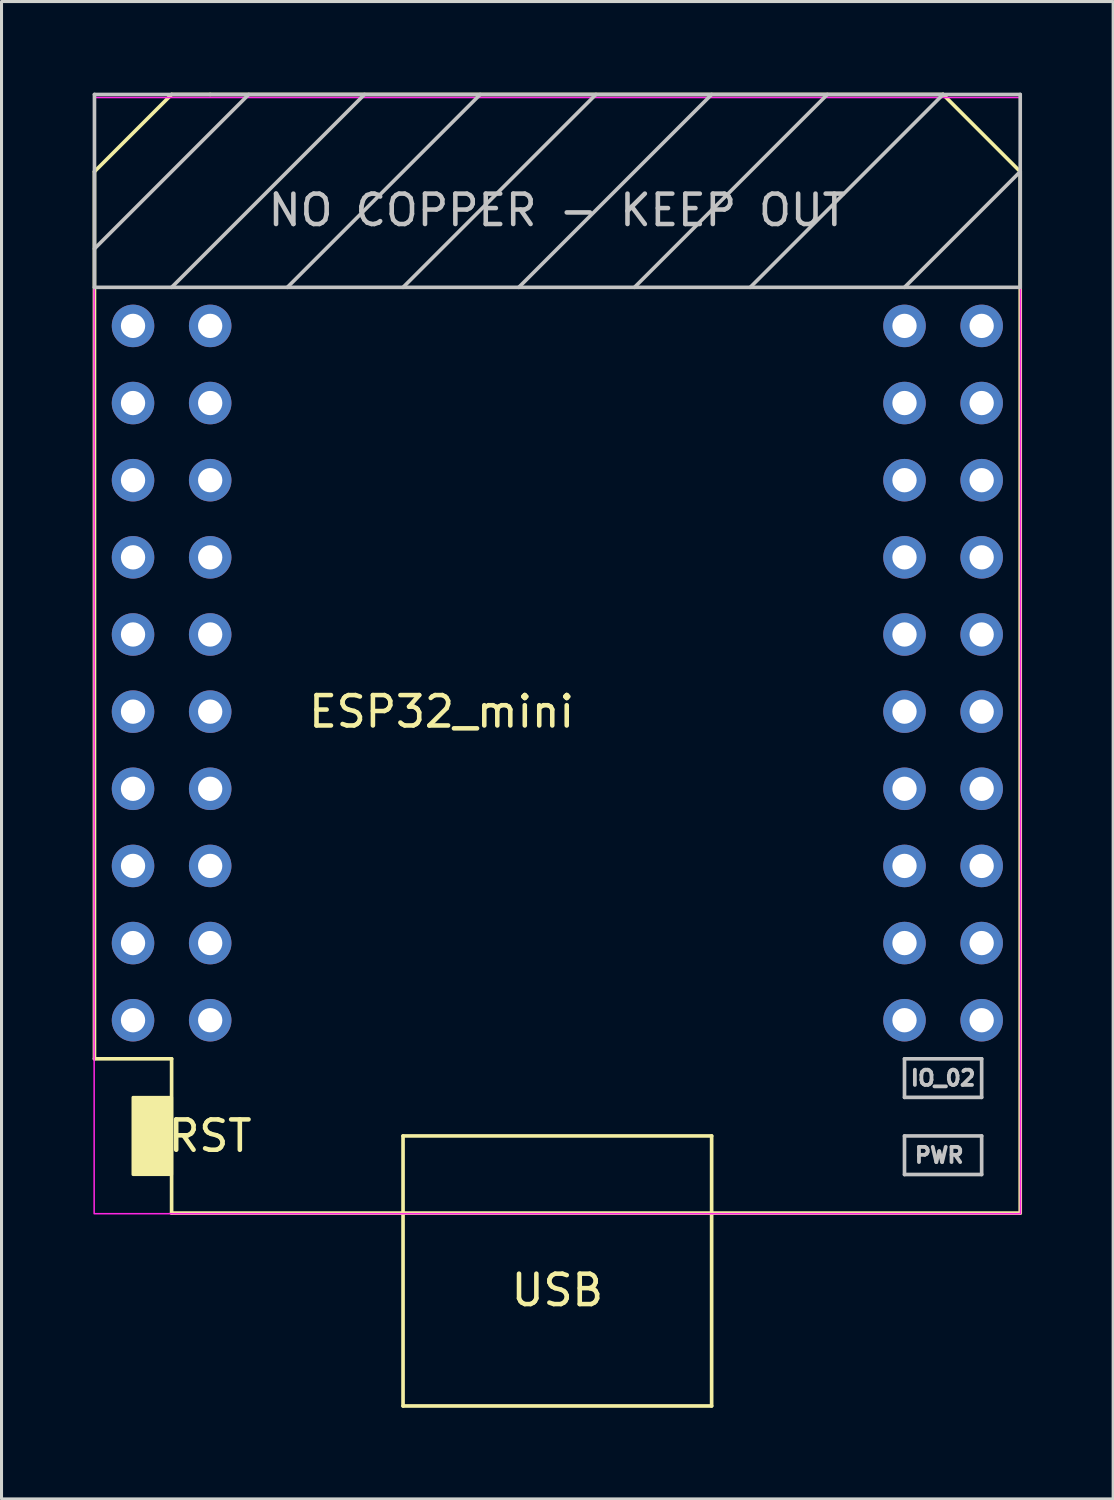
<source format=kicad_pcb>
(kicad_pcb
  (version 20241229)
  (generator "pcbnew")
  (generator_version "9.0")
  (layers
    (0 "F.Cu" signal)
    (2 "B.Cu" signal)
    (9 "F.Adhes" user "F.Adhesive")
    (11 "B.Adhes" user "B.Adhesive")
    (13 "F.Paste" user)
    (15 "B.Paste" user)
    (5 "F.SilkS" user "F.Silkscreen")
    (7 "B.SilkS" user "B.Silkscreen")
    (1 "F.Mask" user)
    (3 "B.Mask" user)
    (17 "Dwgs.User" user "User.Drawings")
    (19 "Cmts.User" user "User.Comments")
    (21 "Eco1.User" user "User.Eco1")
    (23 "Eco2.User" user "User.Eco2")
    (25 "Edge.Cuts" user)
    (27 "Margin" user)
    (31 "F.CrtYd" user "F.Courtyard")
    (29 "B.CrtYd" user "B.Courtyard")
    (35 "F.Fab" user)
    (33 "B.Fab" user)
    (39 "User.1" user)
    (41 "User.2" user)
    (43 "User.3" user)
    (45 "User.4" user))
  (footprint "ESP32_mini"
    (layer "F.Cu")
    (at 15.3 19.11)
    (property "Reference" "ESP32_mini" (at -3.81 1.27 0) (layer "F.SilkS") (effects (font (size 1 1) (thickness 0.15))))
    (attr through_hole)
    (fp_line (start -15.24 -16.51) (end -15.24 12.7) (stroke (width 0.12) (type solid)) (layer "F.SilkS"))
    (fp_line (start -15.24 12.7) (end -12.7 12.7) (stroke (width 0.12) (type solid)) (layer "F.SilkS"))
    (fp_line (start -12.7 -19.05) (end -15.24 -16.51) (stroke (width 0.12) (type solid)) (layer "F.SilkS"))
    (fp_line (start -12.7 -19.05) (end -11.43 -19.05) (stroke (width 0.12) (type solid)) (layer "F.SilkS"))
    (fp_line (start -12.7 12.7) (end -12.7 17.78) (stroke (width 0.12) (type solid)) (layer "F.SilkS"))
    (fp_line (start -12.7 17.78) (end 15.24 17.78) (stroke (width 0.12) (type solid)) (layer "F.SilkS"))
    (fp_line (start -5.08 15.24) (end 5.08 15.24) (stroke (width 0.12) (type solid)) (layer "F.SilkS"))
    (fp_line (start -5.08 17.78) (end -5.08 15.24) (stroke (width 0.12) (type solid)) (layer "F.SilkS"))
    (fp_line (start -5.08 17.78) (end -5.08 24.13) (stroke (width 0.12) (type solid)) (layer "F.SilkS"))
    (fp_line (start -5.08 24.13) (end 5.08 24.13) (stroke (width 0.12) (type solid)) (layer "F.SilkS"))
    (fp_line (start 5.08 15.24) (end 5.08 17.78) (stroke (width 0.12) (type solid)) (layer "F.SilkS"))
    (fp_line (start 5.08 24.13) (end 5.08 17.78) (stroke (width 0.12) (type solid)) (layer "F.SilkS"))
    (fp_line (start 12.7 -19.05) (end -11.43 -19.05) (stroke (width 0.12) (type solid)) (layer "F.SilkS"))
    (fp_line (start 12.7 -19.05) (end 15.24 -16.51) (stroke (width 0.12) (type solid)) (layer "F.SilkS"))
    (fp_line (start 15.24 -16.51) (end 15.24 17.78) (stroke (width 0.12) (type solid)) (layer "F.SilkS"))
    (fp_poly (pts (xy -13.97 16.51) (xy -13.97 13.97) (xy -12.7 13.97) (xy -12.7 16.51)) (stroke (width 0.1) (type solid)) (fill yes) (layer "F.SilkS"))
    (fp_line (start -15.24 -19.05) (end -15.24 -12.7) (stroke (width 0.12) (type solid)) (layer "Dwgs.User"))
    (fp_line (start -15.24 -12.7) (end 15.24 -12.7) (stroke (width 0.12) (type solid)) (layer "Dwgs.User"))
    (fp_line (start -10.16 -19.05) (end -15.24 -13.97) (stroke (width 0.12) (type solid)) (layer "Dwgs.User"))
    (fp_line (start -6.35 -19.05) (end -12.7 -12.7) (stroke (width 0.12) (type solid)) (layer "Dwgs.User"))
    (fp_line (start -2.54 -19.05) (end -8.89 -12.7) (stroke (width 0.12) (type solid)) (layer "Dwgs.User"))
    (fp_line (start 1.27 -19.05) (end -5.08 -12.7) (stroke (width 0.12) (type solid)) (layer "Dwgs.User"))
    (fp_line (start 5.08 -19.05) (end -1.27 -12.7) (stroke (width 0.12) (type solid)) (layer "Dwgs.User"))
    (fp_line (start 8.89 -19.05) (end 2.54 -12.7) (stroke (width 0.12) (type solid)) (layer "Dwgs.User"))
    (fp_line (start 11.43 12.7) (end 11.43 13.97) (stroke (width 0.12) (type solid)) (layer "Dwgs.User"))
    (fp_line (start 11.43 13.97) (end 13.97 13.97) (stroke (width 0.12) (type solid)) (layer "Dwgs.User"))
    (fp_line (start 11.43 15.24) (end 13.97 15.24) (stroke (width 0.12) (type solid)) (layer "Dwgs.User"))
    (fp_line (start 11.43 16.51) (end 11.43 15.24) (stroke (width 0.12) (type solid)) (layer "Dwgs.User"))
    (fp_line (start 12.7 -19.05) (end 6.35 -12.7) (stroke (width 0.12) (type solid)) (layer "Dwgs.User"))
    (fp_line (start 13.97 12.7) (end 11.43 12.7) (stroke (width 0.12) (type solid)) (layer "Dwgs.User"))
    (fp_line (start 13.97 13.97) (end 13.97 12.7) (stroke (width 0.12) (type solid)) (layer "Dwgs.User"))
    (fp_line (start 13.97 15.24) (end 13.97 16.51) (stroke (width 0.12) (type solid)) (layer "Dwgs.User"))
    (fp_line (start 13.97 16.51) (end 11.43 16.51) (stroke (width 0.12) (type solid)) (layer "Dwgs.User"))
    (fp_line (start 15.24 -19.05) (end -15.24 -19.05) (stroke (width 0.12) (type solid)) (layer "Dwgs.User"))
    (fp_line (start 15.24 -16.51) (end 11.43 -12.7) (stroke (width 0.12) (type solid)) (layer "Dwgs.User"))
    (fp_line (start 15.24 -12.7) (end 15.24 -19.05) (stroke (width 0.12) (type solid)) (layer "Dwgs.User"))
    (fp_rect (start 15.25 17.8) (end -15.25 -18.95) (stroke (width 0.05) (type default)) (fill no) (layer "F.CrtYd"))
    (fp_text user "RST" (at -11.43 15.24 0) (layer "F.SilkS") (effects (font (size 1 1) (thickness 0.15))))
    (fp_text user "USB" (at 0 20.32 0) (layer "F.SilkS") (effects (font (size 1 1) (thickness 0.15))))
    (fp_text user "IO_02" (at 12.7 13.335 0) (layer "Dwgs.User") (effects (font (size 0.5 0.5) (thickness 0.125))))
    (fp_text user "NO COPPER - KEEP OUT" (at 0 -15.24 0) (layer "Dwgs.User") (effects (font (size 1 1) (thickness 0.15))))
    (fp_text user "PWR" (at 12.573 15.875 0) (layer "Dwgs.User") (effects (font (size 0.5 0.5) (thickness 0.125))))
    (pad "1" thru_hole circle (at -13.97 -11.43 270) (size 1.4 1.4) (drill 0.8) (layers "*.Cu" "*.Mask"))
    (pad "2" thru_hole circle (at -11.43 -11.43 270) (size 1.4 1.4) (drill 0.8) (layers "*.Cu" "*.Mask"))
    (pad "3" thru_hole circle (at -13.97 -8.89 270) (size 1.4 1.4) (drill 0.8) (layers "*.Cu" "*.Mask"))
    (pad "4" thru_hole circle (at -11.43 -8.89 270) (size 1.4 1.4) (drill 0.8) (layers "*.Cu" "*.Mask"))
    (pad "5" thru_hole circle (at -13.97 -6.35 270) (size 1.4 1.4) (drill 0.8) (layers "*.Cu" "*.Mask"))
    (pad "6" thru_hole circle (at -11.43 -6.35 270) (size 1.4 1.4) (drill 0.8) (layers "*.Cu" "*.Mask"))
    (pad "7" thru_hole circle (at -13.97 -3.81 270) (size 1.4 1.4) (drill 0.8) (layers "*.Cu" "*.Mask"))
    (pad "8" thru_hole circle (at -11.43 -3.81 270) (size 1.4 1.4) (drill 0.8) (layers "*.Cu" "*.Mask"))
    (pad "9" thru_hole circle (at -13.97 -1.27 270) (size 1.4 1.4) (drill 0.8) (layers "*.Cu" "*.Mask"))
    (pad "10" thru_hole circle (at -11.43 -1.27 270) (size 1.4 1.4) (drill 0.8) (layers "*.Cu" "*.Mask"))
    (pad "11" thru_hole circle (at -13.97 1.27 270) (size 1.4 1.4) (drill 0.8) (layers "*.Cu" "*.Mask"))
    (pad "12" thru_hole circle (at -11.43 1.27 270) (size 1.4 1.4) (drill 0.8) (layers "*.Cu" "*.Mask"))
    (pad "13" thru_hole circle (at -13.97 3.81 270) (size 1.4 1.4) (drill 0.8) (layers "*.Cu" "*.Mask"))
    (pad "14" thru_hole circle (at -11.43 3.81 270) (size 1.4 1.4) (drill 0.8) (layers "*.Cu" "*.Mask"))
    (pad "15" thru_hole circle (at -13.97 6.35 270) (size 1.4 1.4) (drill 0.8) (layers "*.Cu" "*.Mask"))
    (pad "16" thru_hole circle (at -11.43 6.35 270) (size 1.4 1.4) (drill 0.8) (layers "*.Cu" "*.Mask"))
    (pad "17" thru_hole circle (at -13.97 8.89 270) (size 1.4 1.4) (drill 0.8) (layers "*.Cu" "*.Mask"))
    (pad "18" thru_hole circle (at -11.43 8.89 270) (size 1.4 1.4) (drill 0.8) (layers "*.Cu" "*.Mask"))
    (pad "19" thru_hole circle (at -13.97 11.43 270) (size 1.4 1.4) (drill 0.8) (layers "*.Cu" "*.Mask"))
    (pad "20" thru_hole circle (at -11.43 11.43 270) (size 1.4 1.4) (drill 0.8) (layers "*.Cu" "*.Mask"))
    (pad "21" thru_hole circle (at 11.43 -11.43 270) (size 1.4 1.4) (drill 0.8) (layers "*.Cu" "*.Mask"))
    (pad "22" thru_hole circle (at 13.97 -11.43 270) (size 1.4 1.4) (drill 0.8) (layers "*.Cu" "*.Mask"))
    (pad "23" thru_hole circle (at 11.43 -8.89 270) (size 1.4 1.4) (drill 0.8) (layers "*.Cu" "*.Mask"))
    (pad "24" thru_hole circle (at 13.97 -8.89 270) (size 1.4 1.4) (drill 0.8) (layers "*.Cu" "*.Mask"))
    (pad "25" thru_hole circle (at 11.43 -6.35 270) (size 1.4 1.4) (drill 0.8) (layers "*.Cu" "*.Mask"))
    (pad "26" thru_hole circle (at 13.97 -6.35 270) (size 1.4 1.4) (drill 0.8) (layers "*.Cu" "*.Mask"))
    (pad "27" thru_hole circle (at 11.43 -3.81 270) (size 1.4 1.4) (drill 0.8) (layers "*.Cu" "*.Mask"))
    (pad "28" thru_hole circle (at 13.97 -3.81 270) (size 1.4 1.4) (drill 0.8) (layers "*.Cu" "*.Mask"))
    (pad "29" thru_hole circle (at 11.43 -1.27 270) (size 1.4 1.4) (drill 0.8) (layers "*.Cu" "*.Mask"))
    (pad "30" thru_hole circle (at 13.97 -1.27 270) (size 1.4 1.4) (drill 0.8) (layers "*.Cu" "*.Mask"))
    (pad "31" thru_hole circle (at 11.43 1.27 270) (size 1.4 1.4) (drill 0.8) (layers "*.Cu" "*.Mask"))
    (pad "32" thru_hole circle (at 13.97 1.27 270) (size 1.4 1.4) (drill 0.8) (layers "*.Cu" "*.Mask"))
    (pad "33" thru_hole circle (at 11.43 3.81 270) (size 1.4 1.4) (drill 0.8) (layers "*.Cu" "*.Mask"))
    (pad "34" thru_hole circle (at 13.97 3.81 270) (size 1.4 1.4) (drill 0.8) (layers "*.Cu" "*.Mask"))
    (pad "35" thru_hole circle (at 11.43 6.35 270) (size 1.4 1.4) (drill 0.8) (layers "*.Cu" "*.Mask"))
    (pad "36" thru_hole circle (at 13.97 6.35 270) (size 1.4 1.4) (drill 0.8) (layers "*.Cu" "*.Mask"))
    (pad "37" thru_hole circle (at 11.43 8.89 270) (size 1.4 1.4) (drill 0.8) (layers "*.Cu" "*.Mask"))
    (pad "38" thru_hole circle (at 13.97 8.89 270) (size 1.4 1.4) (drill 0.8) (layers "*.Cu" "*.Mask"))
    (pad "39" thru_hole circle (at 11.43 11.43 270) (size 1.4 1.4) (drill 0.8) (layers "*.Cu" "*.Mask"))
    (pad "40" thru_hole circle (at 13.97 11.43 270) (size 1.4 1.4) (drill 0.8) (layers "*.Cu" "*.Mask")))
  (gr_rect
    (start -3 -3)
    (end 33.6 46.3)
    (stroke (width 0.1) (type default))
    (fill no)
    (layer "Edge.Cuts")))
</source>
